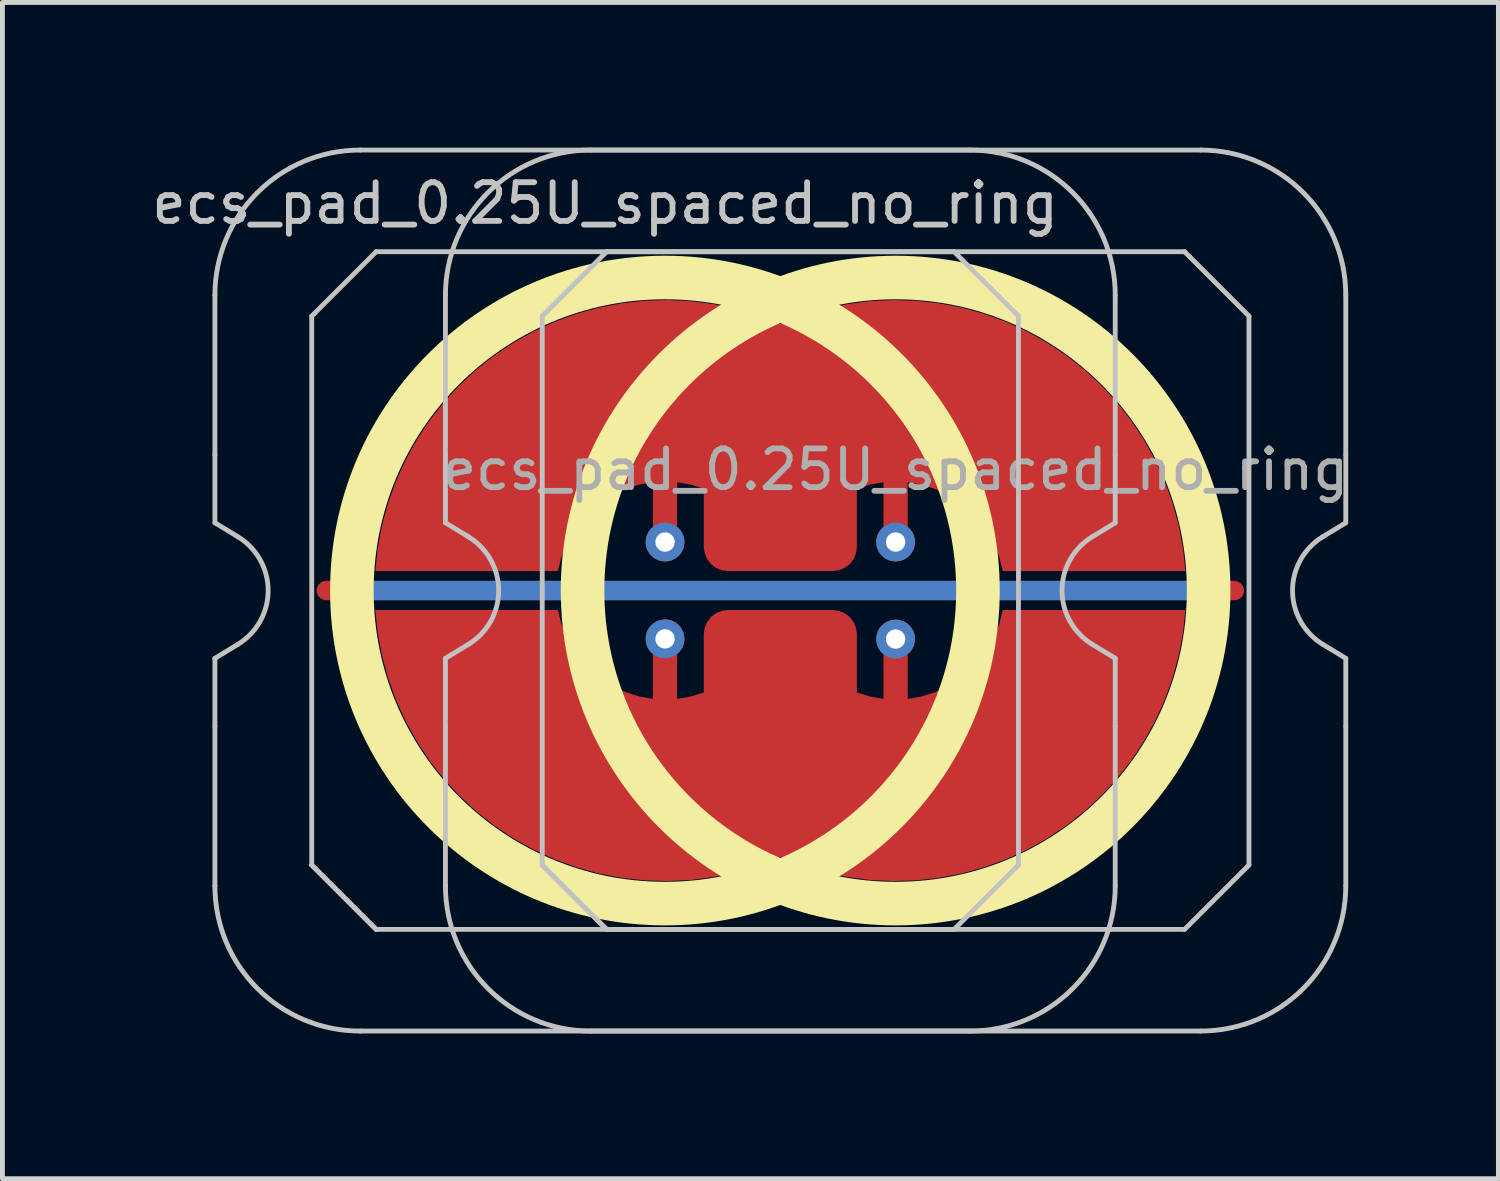
<source format=kicad_pcb>
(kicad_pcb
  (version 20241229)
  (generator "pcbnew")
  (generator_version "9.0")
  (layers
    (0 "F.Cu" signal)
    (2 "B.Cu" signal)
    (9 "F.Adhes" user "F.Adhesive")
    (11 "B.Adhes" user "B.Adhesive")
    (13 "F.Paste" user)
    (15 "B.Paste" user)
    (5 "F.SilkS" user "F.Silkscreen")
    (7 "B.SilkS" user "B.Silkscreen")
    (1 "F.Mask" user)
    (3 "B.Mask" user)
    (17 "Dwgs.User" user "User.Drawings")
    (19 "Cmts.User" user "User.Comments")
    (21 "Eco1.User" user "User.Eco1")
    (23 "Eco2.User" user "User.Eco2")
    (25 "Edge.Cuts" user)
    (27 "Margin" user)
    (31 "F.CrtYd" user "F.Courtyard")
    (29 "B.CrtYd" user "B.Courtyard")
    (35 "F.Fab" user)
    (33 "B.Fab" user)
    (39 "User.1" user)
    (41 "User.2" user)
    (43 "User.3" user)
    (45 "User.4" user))
  (footprint "ecs_pad_0.25U_spaced_no_ring"
    (layer "F.Cu")
    (at 15.452 9.15)
    (property "Reference" "ecs_pad_0.25U_spaced_no_ring" (at -6 -8 0) (layer "Dwgs.User") (effects (font (size 0.8 0.8) (thickness 0.12))))
    (attr smd)
    (fp_circle (center -4.766 0) (end 1.701 0) (stroke (width 0.9) (type solid)) (fill no) (layer "F.SilkS"))
    (fp_circle (center 0 0) (end 6.467 0) (stroke (width 0.9) (type solid)) (fill no) (layer "F.SilkS"))
    (fp_line (start -14.062 -2.805) (end -14.062 -6.1) (stroke (width 0.1) (type solid)) (layer "Dwgs.User"))
    (fp_line (start -14.062 -1.4) (end -14.062 -2.805) (stroke (width 0.1) (type solid)) (layer "Dwgs.User"))
    (fp_line (start -14.062 1.4) (end -13.587 1.111) (stroke (width 0.1) (type solid)) (layer "Dwgs.User"))
    (fp_line (start -14.062 2.805) (end -14.062 1.4) (stroke (width 0.1) (type solid)) (layer "Dwgs.User"))
    (fp_line (start -14.062 6.1) (end -14.062 2.805) (stroke (width 0.1) (type solid)) (layer "Dwgs.User"))
    (fp_line (start -13.587 -1.111) (end -14.062 -1.4) (stroke (width 0.1) (type solid)) (layer "Dwgs.User"))
    (fp_line (start -12.062 -5.67) (end -10.732 -7) (stroke (width 0.1) (type solid)) (layer "Dwgs.User"))
    (fp_line (start -12.062 5.67) (end -12.062 -5.67) (stroke (width 0.1) (type solid)) (layer "Dwgs.User"))
    (fp_line (start -12.062 5.67) (end -10.732 7) (stroke (width 0.1) (type solid)) (layer "Dwgs.User"))
    (fp_line (start -11.062 -9.1) (end 1.538 -9.1) (stroke (width 0.1) (type solid)) (layer "Dwgs.User"))
    (fp_line (start -10.732 -7) (end 1.208 -7) (stroke (width 0.1) (type solid)) (layer "Dwgs.User"))
    (fp_line (start -10.732 7) (end -12.062 5.67) (stroke (width 0.1) (type solid)) (layer "Dwgs.User"))
    (fp_line (start -9.3 -2.805) (end -9.3 -6.1) (stroke (width 0.1) (type solid)) (layer "Dwgs.User"))
    (fp_line (start -9.3 -1.4) (end -9.3 -2.805) (stroke (width 0.1) (type solid)) (layer "Dwgs.User"))
    (fp_line (start -9.3 1.4) (end -8.824 1.111) (stroke (width 0.1) (type solid)) (layer "Dwgs.User"))
    (fp_line (start -9.3 2.805) (end -9.3 1.4) (stroke (width 0.1) (type solid)) (layer "Dwgs.User"))
    (fp_line (start -9.3 6.1) (end -9.3 2.805) (stroke (width 0.1) (type solid)) (layer "Dwgs.User"))
    (fp_line (start -8.824 -1.111) (end -9.3 -1.4) (stroke (width 0.1) (type solid)) (layer "Dwgs.User"))
    (fp_line (start -7.3 -5.67) (end -5.97 -7) (stroke (width 0.1) (type solid)) (layer "Dwgs.User"))
    (fp_line (start -7.3 5.67) (end -7.3 -5.67) (stroke (width 0.1) (type solid)) (layer "Dwgs.User"))
    (fp_line (start -7.3 5.67) (end -5.97 7) (stroke (width 0.1) (type solid)) (layer "Dwgs.User"))
    (fp_line (start -6.3 -9.1) (end 6.3 -9.1) (stroke (width 0.1) (type solid)) (layer "Dwgs.User"))
    (fp_line (start -5.97 -7) (end 5.97 -7) (stroke (width 0.1) (type solid)) (layer "Dwgs.User"))
    (fp_line (start -5.97 7) (end -7.3 5.67) (stroke (width 0.1) (type solid)) (layer "Dwgs.User"))
    (fp_line (start 1.208 -7) (end 2.538 -5.67) (stroke (width 0.1) (type solid)) (layer "Dwgs.User"))
    (fp_line (start 1.208 7) (end -10.732 7) (stroke (width 0.1) (type solid)) (layer "Dwgs.User"))
    (fp_line (start 1.538 9.1) (end -11.062 9.1) (stroke (width 0.1) (type solid)) (layer "Dwgs.User"))
    (fp_line (start 2.538 -5.67) (end 2.538 5.67) (stroke (width 0.1) (type solid)) (layer "Dwgs.User"))
    (fp_line (start 2.538 5.67) (end 1.208 7) (stroke (width 0.1) (type solid)) (layer "Dwgs.User"))
    (fp_line (start 4.062 1.111) (end 4.537 1.4) (stroke (width 0.1) (type solid)) (layer "Dwgs.User"))
    (fp_line (start 4.537 -6.1) (end 4.537 -2.805) (stroke (width 0.1) (type solid)) (layer "Dwgs.User"))
    (fp_line (start 4.537 -2.805) (end 4.537 -1.4) (stroke (width 0.1) (type solid)) (layer "Dwgs.User"))
    (fp_line (start 4.537 -1.4) (end 4.062 -1.111) (stroke (width 0.1) (type solid)) (layer "Dwgs.User"))
    (fp_line (start 4.537 1.4) (end 4.537 2.805) (stroke (width 0.1) (type solid)) (layer "Dwgs.User"))
    (fp_line (start 4.537 2.805) (end 4.537 6.1) (stroke (width 0.1) (type solid)) (layer "Dwgs.User"))
    (fp_line (start 5.97 -7) (end 7.3 -5.67) (stroke (width 0.1) (type solid)) (layer "Dwgs.User"))
    (fp_line (start 5.97 7) (end -5.97 7) (stroke (width 0.1) (type solid)) (layer "Dwgs.User"))
    (fp_line (start 6.3 9.1) (end -6.3 9.1) (stroke (width 0.1) (type solid)) (layer "Dwgs.User"))
    (fp_line (start 7.3 -5.67) (end 7.3 5.67) (stroke (width 0.1) (type solid)) (layer "Dwgs.User"))
    (fp_line (start 7.3 5.67) (end 5.97 7) (stroke (width 0.1) (type solid)) (layer "Dwgs.User"))
    (fp_line (start 8.824 1.111) (end 9.3 1.4) (stroke (width 0.1) (type solid)) (layer "Dwgs.User"))
    (fp_line (start 9.3 -6.1) (end 9.3 -2.805) (stroke (width 0.1) (type solid)) (layer "Dwgs.User"))
    (fp_line (start 9.3 -2.805) (end 9.3 -1.4) (stroke (width 0.1) (type solid)) (layer "Dwgs.User"))
    (fp_line (start 9.3 -1.4) (end 8.824 -1.111) (stroke (width 0.1) (type solid)) (layer "Dwgs.User"))
    (fp_line (start 9.3 1.4) (end 9.3 2.805) (stroke (width 0.1) (type solid)) (layer "Dwgs.User"))
    (fp_line (start 9.3 2.805) (end 9.3 6.1) (stroke (width 0.1) (type solid)) (layer "Dwgs.User"))
    (fp_arc (start -14.0625 -6.1) (mid -13.18382 -8.22132) (end -11.0625 -9.1) (stroke (width 0.1) (type solid)) (layer "Dwgs.User"))
    (fp_arc (start -13.586833 -1.110619) (mid -12.9625 0) (end -13.586833 1.110619) (stroke (width 0.1) (type solid)) (layer "Dwgs.User"))
    (fp_arc (start -11.0625 9.1) (mid -13.18382 8.22132) (end -14.0625 6.1) (stroke (width 0.1) (type solid)) (layer "Dwgs.User"))
    (fp_arc (start -9.3 -6.1) (mid -8.42132 -8.22132) (end -6.3 -9.1) (stroke (width 0.1) (type solid)) (layer "Dwgs.User"))
    (fp_arc (start -8.824333 -1.110619) (mid -8.2 0) (end -8.824333 1.110619) (stroke (width 0.1) (type solid)) (layer "Dwgs.User"))
    (fp_arc (start -6.3 9.1) (mid -8.42132 8.22132) (end -9.3 6.1) (stroke (width 0.1) (type solid)) (layer "Dwgs.User"))
    (fp_arc (start 1.5375 -9.1) (mid 3.65882 -8.22132) (end 4.5375 -6.1) (stroke (width 0.1) (type solid)) (layer "Dwgs.User"))
    (fp_arc (start 4.061833 1.110619) (mid 3.4375 0) (end 4.061833 -1.110619) (stroke (width 0.1) (type solid)) (layer "Dwgs.User"))
    (fp_arc (start 4.5375 6.1) (mid 3.65882 8.22132) (end 1.5375 9.1) (stroke (width 0.1) (type solid)) (layer "Dwgs.User"))
    (fp_arc (start 6.3 -9.1) (mid 8.42132 -8.22132) (end 9.3 -6.1) (stroke (width 0.1) (type solid)) (layer "Dwgs.User"))
    (fp_arc (start 8.824333 1.110619) (mid 8.2 0) (end 8.824333 -1.110619) (stroke (width 0.1) (type solid)) (layer "Dwgs.User"))
    (fp_arc (start 9.3 6.1) (mid 8.42132 8.22132) (end 6.3 9.1) (stroke (width 0.1) (type solid)) (layer "Dwgs.User"))
    (fp_text user "${REFERENCE}" (at 0 -2.5 0) (layer "F.Fab") (effects (font (size 0.8 0.8) (thickness 0.12))))
    (pad "1" thru_hole circle (at -4.763 -1.002 270) (size 0.8 0.8) (drill 0.4) (layers "*.Cu"))
    (pad "1" smd custom (at 0 -1.002) (size 0.167 0.167) (layers "F.Cu") (options (anchor circle)) (primitives (gr_poly (pts (xy -10.749 0.6) (xy -6.977 0.6) (xy -6.907 0.32) (xy -6.803 0.052) (xy -6.665 -0.201) (xy -6.496 -0.434) (xy -6.299 -0.644) (xy -6.076 -0.826) (xy -5.832 -0.979) (xy -5.571 -1.1) (xy -5.296 -1.186) (xy -5.013 -1.236) (xy -5.013 0) (xy -4.993 0.096) (xy -4.939 0.177) (xy -4.858 0.231) (xy -4.763 0.25) (xy -4.667 0.231) (xy -4.586 0.177) (xy -4.532 0.096) (xy -4.513 0) (xy -4.513 -1.236) (xy -4.233 -1.187) (xy -3.963 -1.103) (xy -3.963 0.1) (xy -3.945 0.229) (xy -3.896 0.35) (xy -3.816 0.454) (xy -3.713 0.533) (xy -3.592 0.583) (xy -3.463 0.6) (xy -1.3 0.6) (xy -1.171 0.583) (xy -1.05 0.533) (xy -0.946 0.454) (xy -0.867 0.35) (xy -0.817 0.229) (xy -0.8 0.1) (xy -0.8 -1.103) (xy -0.529 -1.187) (xy -0.25 -1.236) (xy -0.25 0) (xy -0.231 0.096) (xy -0.177 0.177) (xy -0.096 0.231) (xy 0 0.25) (xy 0.096 0.231) (xy 0.177 0.177) (xy 0.231 0.096) (xy 0.25 0) (xy 0.25 -1.236) (xy 0.534 -1.186) (xy 0.808 -1.1) (xy 1.07 -0.979) (xy 1.314 -0.826) (xy 1.536 -0.644) (xy 1.734 -0.434) (xy 1.903 -0.201) (xy 2.041 0.052) (xy 2.145 0.32) (xy 2.214 0.6) (xy 5.987 0.6) (xy 5.936 0.125) (xy 5.847 -0.345) (xy 5.722 -0.806) (xy 5.56 -1.256) (xy 5.363 -1.691) (xy 5.132 -2.109) (xy 4.868 -2.508) (xy 4.573 -2.884) (xy 4.249 -3.236) (xy 3.899 -3.561) (xy 3.524 -3.856) (xy 3.126 -4.121) (xy 2.708 -4.354) (xy 2.274 -4.553) (xy 1.824 -4.716) (xy 1.364 -4.843) (xy 0.894 -4.933) (xy 0.419 -4.985) (xy -0.058 -5) (xy -0.536 -4.976) (xy -1.01 -4.914) (xy -1.477 -4.815) (xy -1.935 -4.679) (xy -2.381 -4.507) (xy -2.827 -4.679) (xy -3.285 -4.815) (xy -3.753 -4.914) (xy -4.227 -4.976) (xy -4.704 -5) (xy -5.182 -4.985) (xy -5.657 -4.933) (xy -6.126 -4.843) (xy -6.587 -4.716) (xy -7.036 -4.553) (xy -7.471 -4.354) (xy -7.888 -4.121) (xy -8.286 -3.856) (xy -8.661 -3.561) (xy -9.012 -3.236) (xy -9.336 -2.884) (xy -9.63 -2.508) (xy -9.894 -2.109) (xy -10.125 -1.691) (xy -10.322 -1.256) (xy -10.484 -0.806) (xy -10.61 -0.345) (xy -10.698 0.125)) (width 0) (fill yes))))
    (pad "1" thru_hole circle (at 0 -1.002 270) (size 0.8 0.8) (drill 0.4) (layers "*.Cu"))
    (pad "2" thru_hole circle (at -4.763 0.998 270) (size 0.8 0.8) (drill 0.4) (layers "*.Cu"))
    (pad "2" smd custom (at 0 1.002) (size 0.167 0.167) (layers "F.Cu") (options (anchor circle)) (primitives (gr_poly (pts (xy -10.749 -0.6) (xy -6.977 -0.6) (xy -6.907 -0.32) (xy -6.803 -0.052) (xy -6.665 0.201) (xy -6.496 0.434) (xy -6.299 0.644) (xy -6.076 0.826) (xy -5.832 0.979) (xy -5.571 1.1) (xy -5.296 1.186) (xy -5.013 1.236) (xy -5.013 0) (xy -4.993 -0.096) (xy -4.939 -0.177) (xy -4.858 -0.231) (xy -4.763 -0.25) (xy -4.667 -0.231) (xy -4.586 -0.177) (xy -4.532 -0.096) (xy -4.513 0) (xy -4.513 1.236) (xy -4.233 1.187) (xy -3.963 1.103) (xy -3.963 -0.1) (xy -3.945 -0.229) (xy -3.896 -0.35) (xy -3.816 -0.454) (xy -3.713 -0.533) (xy -3.592 -0.583) (xy -3.463 -0.6) (xy -1.3 -0.6) (xy -1.171 -0.583) (xy -1.05 -0.533) (xy -0.946 -0.454) (xy -0.867 -0.35) (xy -0.817 -0.229) (xy -0.8 -0.1) (xy -0.8 1.103) (xy -0.529 1.187) (xy -0.25 1.236) (xy -0.25 0) (xy -0.231 -0.096) (xy -0.177 -0.177) (xy -0.096 -0.231) (xy 0 -0.25) (xy 0.096 -0.231) (xy 0.177 -0.177) (xy 0.231 -0.096) (xy 0.25 0) (xy 0.25 1.236) (xy 0.534 1.186) (xy 0.808 1.1) (xy 1.07 0.979) (xy 1.314 0.826) (xy 1.536 0.644) (xy 1.734 0.434) (xy 1.903 0.201) (xy 2.041 -0.052) (xy 2.145 -0.32) (xy 2.214 -0.6) (xy 5.987 -0.6) (xy 5.936 -0.125) (xy 5.847 0.345) (xy 5.722 0.806) (xy 5.56 1.256) (xy 5.363 1.691) (xy 5.132 2.109) (xy 4.868 2.508) (xy 4.573 2.884) (xy 4.249 3.236) (xy 3.899 3.561) (xy 3.524 3.856) (xy 3.126 4.121) (xy 2.708 4.354) (xy 2.274 4.553) (xy 1.824 4.716) (xy 1.364 4.843) (xy 0.894 4.933) (xy 0.419 4.985) (xy -0.058 5) (xy -0.536 4.976) (xy -1.01 4.914) (xy -1.477 4.815) (xy -1.935 4.679) (xy -2.381 4.507) (xy -2.827 4.679) (xy -3.285 4.815) (xy -3.753 4.914) (xy -4.227 4.976) (xy -4.704 5) (xy -5.182 4.985) (xy -5.657 4.933) (xy -6.126 4.843) (xy -6.587 4.716) (xy -7.036 4.553) (xy -7.471 4.354) (xy -7.888 4.121) (xy -8.286 3.856) (xy -8.661 3.561) (xy -9.012 3.236) (xy -9.336 2.884) (xy -9.63 2.508) (xy -9.894 2.109) (xy -10.125 1.691) (xy -10.322 1.256) (xy -10.484 0.806) (xy -10.61 0.345) (xy -10.698 -0.125)) (width 0) (fill yes))))
    (pad "2" thru_hole circle (at 0 1.002 270) (size 0.8 0.8) (drill 0.4) (layers "*.Cu"))
    (pad "3" smd custom (at 0 0 90) (size 0.4 0.4) (layers "F.Cu") (options (anchor rect)) (primitives (gr_line (start 0 -11.763) (end 0 7) (width 0.4))))
    (pad "3" smd custom (at 0 0 90) (size 0.4 0.4) (layers "B.Cu") (options (anchor rect)) (primitives (gr_line (start 0 -11.263) (end 0 6.5) (width 0.4))))
    (zone (net_name "") (layer "F.Cu") (hatch edge 0.508) (connect_pads) (min_thickness 0.254) (filled_areas_thickness no) (keepout (tracks allowed) (vias allowed) (pads allowed) (copperpour not_allowed) (footprints allowed)) (placement (enabled no)) (fill) (polygon (pts (xy 10.689 16.155) (xy 11.202 16.136) (xy 11.713 16.08) (xy 12.217 15.986) (xy 12.714 15.856) (xy 13.2 15.69) (xy 13.672 15.488) (xy 14.128 15.253) (xy 14.566 14.985) (xy 14.983 14.685) (xy 15.377 14.356) (xy 15.745 13.998) (xy 16.087 13.615) (xy 16.399 13.208) (xy 16.681 12.779) (xy 16.931 12.33) (xy 17.147 11.865) (xy 17.328 11.384) (xy 17.474 10.892) (xy 17.584 10.39) (xy 17.656 9.882) (xy 17.691 9.37) (xy 17.688 8.857) (xy 17.648 8.345) (xy 17.57 7.837) (xy 17.456 7.337) (xy 17.305 6.846) (xy 17.118 6.368) (xy 16.897 5.905) (xy 16.643 5.459) (xy 16.356 5.033) (xy 16.04 4.629) (xy 15.694 4.249) (xy 15.322 3.896) (xy 14.925 3.57) (xy 14.505 3.275) (xy 14.064 3.012) (xy 13.605 2.781) (xy 13.131 2.584) (xy 12.644 2.423) (xy 12.146 2.298) (xy 11.64 2.21) (xy 11.129 2.159) (xy 10.616 2.145) (xy 10.103 2.17) (xy 9.594 2.231) (xy 9.09 2.33) (xy 8.595 2.466) (xy 8.111 2.637) (xy 7.641 2.843) (xy 7.187 3.084) (xy 6.752 3.356) (xy 6.338 3.66) (xy 5.948 3.994) (xy 5.583 4.355) (xy 5.246 4.742) (xy 4.937 5.152) (xy 4.66 5.584) (xy 4.415 6.035) (xy 4.204 6.503) (xy 4.027 6.985) (xy 3.887 7.479) (xy 3.783 7.982) (xy 3.716 8.491) (xy 3.686 9.003) (xy 3.694 9.517) (xy 3.74 10.028) (xy 3.823 10.535) (xy 3.943 11.034) (xy 4.099 11.523) (xy 4.29 11.999) (xy 4.516 12.46) (xy 4.775 12.903) (xy 5.066 13.326) (xy 5.387 13.727) (xy 5.736 14.103) (xy 6.112 14.453) (xy 6.513 14.774) (xy 6.936 15.064) (xy 7.379 15.323) (xy 7.84 15.549) (xy 8.317 15.741) (xy 8.806 15.897) (xy 9.305 16.017) (xy 9.811 16.1) (xy 10.323 16.145))))
    (zone (net_name "") (layer "F.Cu") (hatch edge 0.508) (connect_pads) (min_thickness 0.254) (filled_areas_thickness no) (keepout (tracks allowed) (vias allowed) (pads allowed) (copperpour not_allowed) (footprints allowed)) (placement (enabled no)) (fill) (polygon (pts (xy 15.452 2.143) (xy 14.939 2.162) (xy 14.429 2.218) (xy 13.924 2.312) (xy 13.428 2.442) (xy 12.942 2.608) (xy 12.47 2.81) (xy 12.014 3.045) (xy 11.576 3.313) (xy 11.159 3.613) (xy 10.765 3.942) (xy 10.397 4.3) (xy 10.055 4.683) (xy 9.742 5.09) (xy 9.461 5.519) (xy 9.211 5.968) (xy 8.995 6.433) (xy 8.813 6.914) (xy 8.668 7.406) (xy 8.558 7.908) (xy 8.486 8.416) (xy 8.451 8.928) (xy 8.454 9.441) (xy 8.494 9.953) (xy 8.572 10.461) (xy 8.686 10.961) (xy 8.837 11.452) (xy 9.024 11.93) (xy 9.245 12.393) (xy 9.499 12.839) (xy 9.785 13.265) (xy 10.102 13.669) (xy 10.448 14.049) (xy 10.82 14.402) (xy 11.217 14.728) (xy 11.637 15.023) (xy 12.078 15.286) (xy 12.536 15.517) (xy 13.011 15.714) (xy 13.498 15.875) (xy 13.996 16) (xy 14.502 16.088) (xy 15.013 16.139) (xy 15.526 16.153) (xy 16.039 16.128) (xy 16.548 16.067) (xy 17.052 15.968) (xy 17.547 15.832) (xy 18.031 15.661) (xy 18.501 15.455) (xy 18.955 15.214) (xy 19.39 14.942) (xy 19.803 14.638) (xy 20.194 14.304) (xy 20.559 13.943) (xy 20.896 13.556) (xy 21.204 13.146) (xy 21.482 12.714) (xy 21.727 12.263) (xy 21.938 11.795) (xy 22.114 11.313) (xy 22.255 10.819) (xy 22.359 10.316) (xy 22.426 9.807) (xy 22.456 9.295) (xy 22.448 8.781) (xy 22.402 8.27) (xy 22.319 7.763) (xy 22.199 7.264) (xy 22.043 6.775) (xy 21.852 6.299) (xy 21.626 5.838) (xy 21.367 5.395) (xy 21.076 4.972) (xy 20.755 4.571) (xy 20.406 4.195) (xy 20.03 3.845) (xy 19.629 3.524) (xy 19.206 3.234) (xy 18.763 2.975) (xy 18.302 2.749) (xy 17.825 2.557) (xy 17.336 2.401) (xy 16.837 2.281) (xy 16.33 2.198) (xy 15.819 2.153))))
    (zone (net_name "") (layer "B.Cu") (hatch edge 0.508) (connect_pads) (min_thickness 0.254) (filled_areas_thickness no) (keepout (tracks allowed) (vias allowed) (pads allowed) (copperpour not_allowed) (footprints allowed)) (placement (enabled no)) (fill) (polygon (pts (xy 10.689 15.708) (xy 11.204 15.688) (xy 11.715 15.628) (xy 12.22 15.527) (xy 12.716 15.387) (xy 13.199 15.209) (xy 13.667 14.993) (xy 14.116 14.742) (xy 14.544 14.456) (xy 14.949 14.137) (xy 15.327 13.787) (xy 15.676 13.409) (xy 15.995 13.005) (xy 16.281 12.577) (xy 16.533 12.127) (xy 16.748 11.66) (xy 16.927 11.177) (xy 17.066 10.681) (xy 17.167 10.176) (xy 17.227 9.665) (xy 17.248 9.15) (xy 17.227 8.635) (xy 17.167 8.124) (xy 17.066 7.619) (xy 16.927 7.123) (xy 16.748 6.64) (xy 16.533 6.173) (xy 16.281 5.723) (xy 15.995 5.295) (xy 15.676 4.891) (xy 15.327 4.513) (xy 14.949 4.163) (xy 14.544 3.844) (xy 14.116 3.558) (xy 13.667 3.307) (xy 13.199 3.091) (xy 12.716 2.913) (xy 12.22 2.773) (xy 11.715 2.672) (xy 11.204 2.612) (xy 10.689 2.592) (xy 10.175 2.612) (xy 9.663 2.672) (xy 9.158 2.773) (xy 8.663 2.913) (xy 8.18 3.091) (xy 7.712 3.307) (xy 7.263 3.558) (xy 6.835 3.844) (xy 6.43 4.163) (xy 6.052 4.513) (xy 5.702 4.891) (xy 5.384 5.295) (xy 5.098 5.723) (xy 4.846 6.173) (xy 4.63 6.64) (xy 4.452 7.123) (xy 4.312 7.619) (xy 4.212 8.124) (xy 4.151 8.635) (xy 4.131 9.15) (xy 4.151 9.665) (xy 4.212 10.176) (xy 4.312 10.681) (xy 4.452 11.177) (xy 4.63 11.66) (xy 4.846 12.127) (xy 5.098 12.577) (xy 5.384 13.005) (xy 5.702 13.409) (xy 6.052 13.787) (xy 6.43 14.137) (xy 6.835 14.456) (xy 7.263 14.742) (xy 7.712 14.993) (xy 8.18 15.209) (xy 8.663 15.387) (xy 9.158 15.527) (xy 9.663 15.628) (xy 10.175 15.688))))
    (zone (net_name "") (layer "B.Cu") (hatch edge 0.508) (connect_pads) (min_thickness 0.254) (filled_areas_thickness no) (keepout (tracks allowed) (vias allowed) (pads allowed) (copperpour not_allowed) (footprints allowed)) (placement (enabled no)) (fill) (polygon (pts (xy 15.452 2.59) (xy 14.938 2.61) (xy 14.426 2.67) (xy 13.921 2.771) (xy 13.426 2.911) (xy 12.943 3.089) (xy 12.475 3.305) (xy 12.026 3.556) (xy 11.598 3.842) (xy 11.193 4.161) (xy 10.815 4.511) (xy 10.465 4.889) (xy 10.147 5.293) (xy 9.861 5.721) (xy 9.609 6.171) (xy 9.393 6.638) (xy 9.215 7.121) (xy 9.075 7.617) (xy 8.975 8.122) (xy 8.914 8.633) (xy 8.894 9.148) (xy 8.914 9.663) (xy 8.975 10.174) (xy 9.075 10.679) (xy 9.215 11.175) (xy 9.393 11.658) (xy 9.609 12.125) (xy 9.861 12.575) (xy 10.147 13.003) (xy 10.465 13.407) (xy 10.815 13.785) (xy 11.193 14.135) (xy 11.598 14.454) (xy 12.026 14.74) (xy 12.475 14.991) (xy 12.943 15.207) (xy 13.426 15.385) (xy 13.921 15.525) (xy 14.426 15.626) (xy 14.938 15.686) (xy 15.452 15.706) (xy 15.967 15.686) (xy 16.478 15.626) (xy 16.983 15.525) (xy 17.479 15.385) (xy 17.962 15.207) (xy 18.43 14.991) (xy 18.879 14.74) (xy 19.307 14.454) (xy 19.712 14.135) (xy 20.09 13.785) (xy 20.439 13.407) (xy 20.758 13.003) (xy 21.044 12.575) (xy 21.296 12.125) (xy 21.511 11.658) (xy 21.69 11.175) (xy 21.829 10.679) (xy 21.93 10.174) (xy 21.99 9.663) (xy 22.011 9.148) (xy 21.99 8.633) (xy 21.93 8.122) (xy 21.829 7.617) (xy 21.69 7.121) (xy 21.511 6.638) (xy 21.296 6.171) (xy 21.044 5.721) (xy 20.758 5.293) (xy 20.439 4.889) (xy 20.09 4.511) (xy 19.712 4.161) (xy 19.307 3.842) (xy 18.879 3.556) (xy 18.43 3.305) (xy 17.962 3.089) (xy 17.479 2.911) (xy 16.983 2.771) (xy 16.478 2.67) (xy 15.967 2.61)))))
  (gr_rect
    (start -3 -3)
    (end 27.905 21.3)
    (stroke (width 0.1) (type default))
    (fill no)
    (layer "Edge.Cuts")))
</source>
